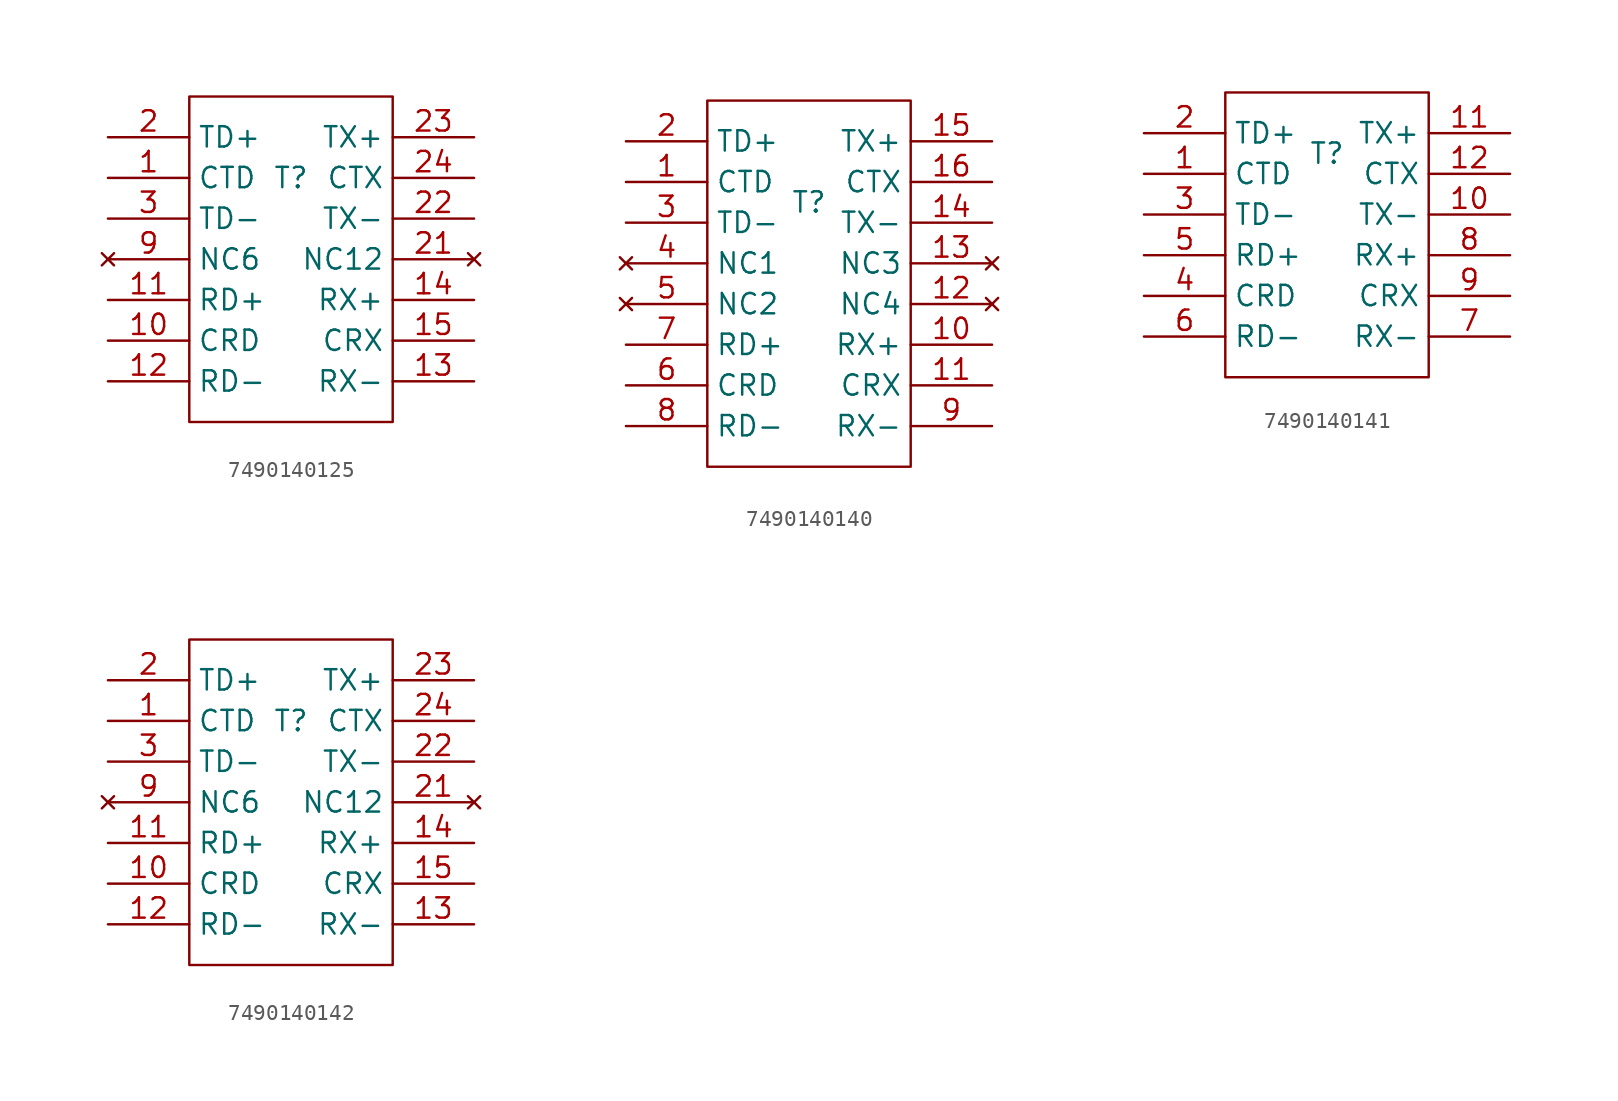
<source format=kicad_sym>
(kicad_symbol_lib
  (version 20220914)
  (generator kicad_symbol_editor)
  (symbol "7490140125"
    (property "Reference" "T"
      (at 0 5.08 0)
      (effects (font (size 1.27 1.27))))
    (property "Critical Parameter" ""
      (at 0 -5.08 0)
      (effects (font (size 1.27 1.27)) (justify left)))
    (symbol "7490140125_0_1"
      (rectangle (start -6.35 10.16) (end 6.35 -10.16) (stroke (width 0) (type default)) (fill (type none))))
    (symbol "7490140125_1_1"
      (pin passive line (at -11.43 5.08 0) (length 5.08) (name "CTD" (effects (font (size 1.27 1.27)))) (number "1" (effects (font (size 1.27 1.27)))))
      (pin passive line (at -11.43 -5.08 0) (length 5.08) (name "CRD" (effects (font (size 1.27 1.27)))) (number "10" (effects (font (size 1.27 1.27)))))
      (pin passive line (at -11.43 -2.54 0) (length 5.08) (name "RD+" (effects (font (size 1.27 1.27)))) (number "11" (effects (font (size 1.27 1.27)))))
      (pin passive line (at -11.43 -7.62 0) (length 5.08) (name "RD-" (effects (font (size 1.27 1.27)))) (number "12" (effects (font (size 1.27 1.27)))))
      (pin passive line (at 11.43 -7.62 180) (length 5.08) (name "RX-" (effects (font (size 1.27 1.27)))) (number "13" (effects (font (size 1.27 1.27)))))
      (pin passive line (at 11.43 -2.54 180) (length 5.08) (name "RX+" (effects (font (size 1.27 1.27)))) (number "14" (effects (font (size 1.27 1.27)))))
      (pin passive line (at 11.43 -5.08 180) (length 5.08) (name "CRX" (effects (font (size 1.27 1.27)))) (number "15" (effects (font (size 1.27 1.27)))))
      (pin no_connect line (at 11.43 0 180) (length 5.08) hide (name "NC7" (effects (font (size 1.27 1.27)))) (number "16" (effects (font (size 1.27 1.27)))))
      (pin no_connect line (at 11.43 0 180) (length 5.08) hide (name "NC8" (effects (font (size 1.27 1.27)))) (number "17" (effects (font (size 1.27 1.27)))))
      (pin no_connect line (at 11.43 0 180) (length 5.08) hide (name "NC9" (effects (font (size 1.27 1.27)))) (number "18" (effects (font (size 1.27 1.27)))))
      (pin no_connect line (at 11.43 0 180) (length 5.08) hide (name "NC10" (effects (font (size 1.27 1.27)))) (number "19" (effects (font (size 1.27 1.27)))))
      (pin passive line (at -11.43 7.62 0) (length 5.08) (name "TD+" (effects (font (size 1.27 1.27)))) (number "2" (effects (font (size 1.27 1.27)))))
      (pin no_connect line (at 11.43 0 180) (length 5.08) hide (name "NC11" (effects (font (size 1.27 1.27)))) (number "20" (effects (font (size 1.27 1.27)))))
      (pin no_connect line (at 11.43 0 180) (length 5.08) (name "NC12" (effects (font (size 1.27 1.27)))) (number "21" (effects (font (size 1.27 1.27)))))
      (pin passive line (at 11.43 2.54 180) (length 5.08) (name "TX-" (effects (font (size 1.27 1.27)))) (number "22" (effects (font (size 1.27 1.27)))))
      (pin passive line (at 11.43 7.62 180) (length 5.08) (name "TX+" (effects (font (size 1.27 1.27)))) (number "23" (effects (font (size 1.27 1.27)))))
      (pin passive line (at 11.43 5.08 180) (length 5.08) (name "CTX" (effects (font (size 1.27 1.27)))) (number "24" (effects (font (size 1.27 1.27)))))
      (pin passive line (at -11.43 2.54 0) (length 5.08) (name "TD-" (effects (font (size 1.27 1.27)))) (number "3" (effects (font (size 1.27 1.27)))))
      (pin no_connect line (at -11.43 0 0) (length 5.08) hide (name "NC1" (effects (font (size 1.27 1.27)))) (number "4" (effects (font (size 1.27 1.27)))))
      (pin no_connect line (at -11.43 0 0) (length 5.08) hide (name "NC2" (effects (font (size 1.27 1.27)))) (number "5" (effects (font (size 1.27 1.27)))))
      (pin no_connect line (at -11.43 0 0) (length 5.08) hide (name "NC3" (effects (font (size 1.27 1.27)))) (number "6" (effects (font (size 1.27 1.27)))))
      (pin no_connect line (at -11.43 0 0) (length 5.08) hide (name "NC4" (effects (font (size 1.27 1.27)))) (number "7" (effects (font (size 1.27 1.27)))))
      (pin no_connect line (at -11.43 0 0) (length 5.08) hide (name "NC5" (effects (font (size 1.27 1.27)))) (number "8" (effects (font (size 1.27 1.27)))))
      (pin no_connect line (at -11.43 0 0) (length 5.08) (name "NC6" (effects (font (size 1.27 1.27)))) (number "9" (effects (font (size 1.27 1.27)))))))
  (symbol "7490140140"
    (property "Reference" "T"
      (at 0 5.08 0)
      (effects (font (size 1.27 1.27))))
    (property "Critical Parameter" ""
      (at 0 -5.08 0)
      (effects (font (size 1.27 1.27)) (justify left)))
    (symbol "7490140140_0_1"
      (rectangle (start -6.35 11.43) (end 6.35 -11.43) (stroke (width 0) (type default)) (fill (type none))))
    (symbol "7490140140_1_1"
      (pin passive line (at -11.43 6.35 0) (length 5.08) (name "CTD" (effects (font (size 1.27 1.27)))) (number "1" (effects (font (size 1.27 1.27)))))
      (pin passive line (at 11.43 -3.81 180) (length 5.08) (name "RX+" (effects (font (size 1.27 1.27)))) (number "10" (effects (font (size 1.27 1.27)))))
      (pin passive line (at 11.43 -6.35 180) (length 5.08) (name "CRX" (effects (font (size 1.27 1.27)))) (number "11" (effects (font (size 1.27 1.27)))))
      (pin no_connect line (at 11.43 -1.27 180) (length 5.08) (name "NC4" (effects (font (size 1.27 1.27)))) (number "12" (effects (font (size 1.27 1.27)))))
      (pin no_connect line (at 11.43 1.27 180) (length 5.08) (name "NC3" (effects (font (size 1.27 1.27)))) (number "13" (effects (font (size 1.27 1.27)))))
      (pin passive line (at 11.43 3.81 180) (length 5.08) (name "TX-" (effects (font (size 1.27 1.27)))) (number "14" (effects (font (size 1.27 1.27)))))
      (pin passive line (at 11.43 8.89 180) (length 5.08) (name "TX+" (effects (font (size 1.27 1.27)))) (number "15" (effects (font (size 1.27 1.27)))))
      (pin passive line (at 11.43 6.35 180) (length 5.08) (name "CTX" (effects (font (size 1.27 1.27)))) (number "16" (effects (font (size 1.27 1.27)))))
      (pin passive line (at -11.43 8.89 0) (length 5.08) (name "TD+" (effects (font (size 1.27 1.27)))) (number "2" (effects (font (size 1.27 1.27)))))
      (pin passive line (at -11.43 3.81 0) (length 5.08) (name "TD-" (effects (font (size 1.27 1.27)))) (number "3" (effects (font (size 1.27 1.27)))))
      (pin no_connect line (at -11.43 1.27 0) (length 5.08) (name "NC1" (effects (font (size 1.27 1.27)))) (number "4" (effects (font (size 1.27 1.27)))))
      (pin no_connect line (at -11.43 -1.27 0) (length 5.08) (name "NC2" (effects (font (size 1.27 1.27)))) (number "5" (effects (font (size 1.27 1.27)))))
      (pin passive line (at -11.43 -6.35 0) (length 5.08) (name "CRD" (effects (font (size 1.27 1.27)))) (number "6" (effects (font (size 1.27 1.27)))))
      (pin passive line (at -11.43 -3.81 0) (length 5.08) (name "RD+" (effects (font (size 1.27 1.27)))) (number "7" (effects (font (size 1.27 1.27)))))
      (pin passive line (at -11.43 -8.89 0) (length 5.08) (name "RD-" (effects (font (size 1.27 1.27)))) (number "8" (effects (font (size 1.27 1.27)))))
      (pin passive line (at 11.43 -8.89 180) (length 5.08) (name "RX-" (effects (font (size 1.27 1.27)))) (number "9" (effects (font (size 1.27 1.27)))))))
  (symbol "7490140141"
    (property "Reference" "T"
      (at 0 5.08 0)
      (effects (font (size 1.27 1.27))))
    (property "Critical Parameter" ""
      (at 0 -5.08 0)
      (effects (font (size 1.27 1.27)) (justify left)))
    (symbol "7490140141_0_1"
      (rectangle (start -6.35 8.89) (end 6.35 -8.89) (stroke (width 0) (type default)) (fill (type none))))
    (symbol "7490140141_1_1"
      (pin passive line (at -11.43 3.81 0) (length 5.08) (name "CTD" (effects (font (size 1.27 1.27)))) (number "1" (effects (font (size 1.27 1.27)))))
      (pin passive line (at 11.43 1.27 180) (length 5.08) (name "TX-" (effects (font (size 1.27 1.27)))) (number "10" (effects (font (size 1.27 1.27)))))
      (pin passive line (at 11.43 6.35 180) (length 5.08) (name "TX+" (effects (font (size 1.27 1.27)))) (number "11" (effects (font (size 1.27 1.27)))))
      (pin passive line (at 11.43 3.81 180) (length 5.08) (name "CTX" (effects (font (size 1.27 1.27)))) (number "12" (effects (font (size 1.27 1.27)))))
      (pin passive line (at -11.43 6.35 0) (length 5.08) (name "TD+" (effects (font (size 1.27 1.27)))) (number "2" (effects (font (size 1.27 1.27)))))
      (pin passive line (at -11.43 1.27 0) (length 5.08) (name "TD-" (effects (font (size 1.27 1.27)))) (number "3" (effects (font (size 1.27 1.27)))))
      (pin passive line (at -11.43 -3.81 0) (length 5.08) (name "CRD" (effects (font (size 1.27 1.27)))) (number "4" (effects (font (size 1.27 1.27)))))
      (pin passive line (at -11.43 -1.27 0) (length 5.08) (name "RD+" (effects (font (size 1.27 1.27)))) (number "5" (effects (font (size 1.27 1.27)))))
      (pin passive line (at -11.43 -6.35 0) (length 5.08) (name "RD-" (effects (font (size 1.27 1.27)))) (number "6" (effects (font (size 1.27 1.27)))))
      (pin passive line (at 11.43 -6.35 180) (length 5.08) (name "RX-" (effects (font (size 1.27 1.27)))) (number "7" (effects (font (size 1.27 1.27)))))
      (pin passive line (at 11.43 -1.27 180) (length 5.08) (name "RX+" (effects (font (size 1.27 1.27)))) (number "8" (effects (font (size 1.27 1.27)))))
      (pin passive line (at 11.43 -3.81 180) (length 5.08) (name "CRX" (effects (font (size 1.27 1.27)))) (number "9" (effects (font (size 1.27 1.27)))))))
  (symbol "7490140142"
    (property "Reference" "T"
      (at 0 5.08 0)
      (effects (font (size 1.27 1.27))))
    (property "Critical Parameter" ""
      (at 0 -5.08 0)
      (effects (font (size 1.27 1.27)) (justify left)))
    (symbol "7490140142_0_1"
      (rectangle (start -6.35 10.16) (end 6.35 -10.16) (stroke (width 0) (type default)) (fill (type none))))
    (symbol "7490140142_1_1"
      (pin passive line (at -11.43 5.08 0) (length 5.08) (name "CTD" (effects (font (size 1.27 1.27)))) (number "1" (effects (font (size 1.27 1.27)))))
      (pin passive line (at -11.43 -5.08 0) (length 5.08) (name "CRD" (effects (font (size 1.27 1.27)))) (number "10" (effects (font (size 1.27 1.27)))))
      (pin passive line (at -11.43 -2.54 0) (length 5.08) (name "RD+" (effects (font (size 1.27 1.27)))) (number "11" (effects (font (size 1.27 1.27)))))
      (pin passive line (at -11.43 -7.62 0) (length 5.08) (name "RD-" (effects (font (size 1.27 1.27)))) (number "12" (effects (font (size 1.27 1.27)))))
      (pin passive line (at 11.43 -7.62 180) (length 5.08) (name "RX-" (effects (font (size 1.27 1.27)))) (number "13" (effects (font (size 1.27 1.27)))))
      (pin passive line (at 11.43 -2.54 180) (length 5.08) (name "RX+" (effects (font (size 1.27 1.27)))) (number "14" (effects (font (size 1.27 1.27)))))
      (pin passive line (at 11.43 -5.08 180) (length 5.08) (name "CRX" (effects (font (size 1.27 1.27)))) (number "15" (effects (font (size 1.27 1.27)))))
      (pin no_connect line (at 11.43 0 180) (length 5.08) hide (name "NC7" (effects (font (size 1.27 1.27)))) (number "16" (effects (font (size 1.27 1.27)))))
      (pin no_connect line (at 11.43 0 180) (length 5.08) hide (name "NC8" (effects (font (size 1.27 1.27)))) (number "17" (effects (font (size 1.27 1.27)))))
      (pin no_connect line (at 11.43 0 180) (length 5.08) hide (name "NC9" (effects (font (size 1.27 1.27)))) (number "18" (effects (font (size 1.27 1.27)))))
      (pin no_connect line (at 11.43 0 180) (length 5.08) hide (name "NC10" (effects (font (size 1.27 1.27)))) (number "19" (effects (font (size 1.27 1.27)))))
      (pin passive line (at -11.43 7.62 0) (length 5.08) (name "TD+" (effects (font (size 1.27 1.27)))) (number "2" (effects (font (size 1.27 1.27)))))
      (pin no_connect line (at 11.43 0 180) (length 5.08) hide (name "NC11" (effects (font (size 1.27 1.27)))) (number "20" (effects (font (size 1.27 1.27)))))
      (pin no_connect line (at 11.43 0 180) (length 5.08) (name "NC12" (effects (font (size 1.27 1.27)))) (number "21" (effects (font (size 1.27 1.27)))))
      (pin passive line (at 11.43 2.54 180) (length 5.08) (name "TX-" (effects (font (size 1.27 1.27)))) (number "22" (effects (font (size 1.27 1.27)))))
      (pin passive line (at 11.43 7.62 180) (length 5.08) (name "TX+" (effects (font (size 1.27 1.27)))) (number "23" (effects (font (size 1.27 1.27)))))
      (pin passive line (at 11.43 5.08 180) (length 5.08) (name "CTX" (effects (font (size 1.27 1.27)))) (number "24" (effects (font (size 1.27 1.27)))))
      (pin passive line (at -11.43 2.54 0) (length 5.08) (name "TD-" (effects (font (size 1.27 1.27)))) (number "3" (effects (font (size 1.27 1.27)))))
      (pin no_connect line (at -11.43 0 0) (length 5.08) hide (name "NC1" (effects (font (size 1.27 1.27)))) (number "4" (effects (font (size 1.27 1.27)))))
      (pin no_connect line (at -11.43 0 0) (length 5.08) hide (name "NC2" (effects (font (size 1.27 1.27)))) (number "5" (effects (font (size 1.27 1.27)))))
      (pin no_connect line (at -11.43 0 0) (length 5.08) hide (name "NC3" (effects (font (size 1.27 1.27)))) (number "6" (effects (font (size 1.27 1.27)))))
      (pin no_connect line (at -11.43 0 0) (length 5.08) hide (name "NC4" (effects (font (size 1.27 1.27)))) (number "7" (effects (font (size 1.27 1.27)))))
      (pin no_connect line (at -11.43 0 0) (length 5.08) hide (name "NC5" (effects (font (size 1.27 1.27)))) (number "8" (effects (font (size 1.27 1.27)))))
      (pin no_connect line (at -11.43 0 0) (length 5.08) (name "NC6" (effects (font (size 1.27 1.27)))) (number "9" (effects (font (size 1.27 1.27))))))))
</source>
